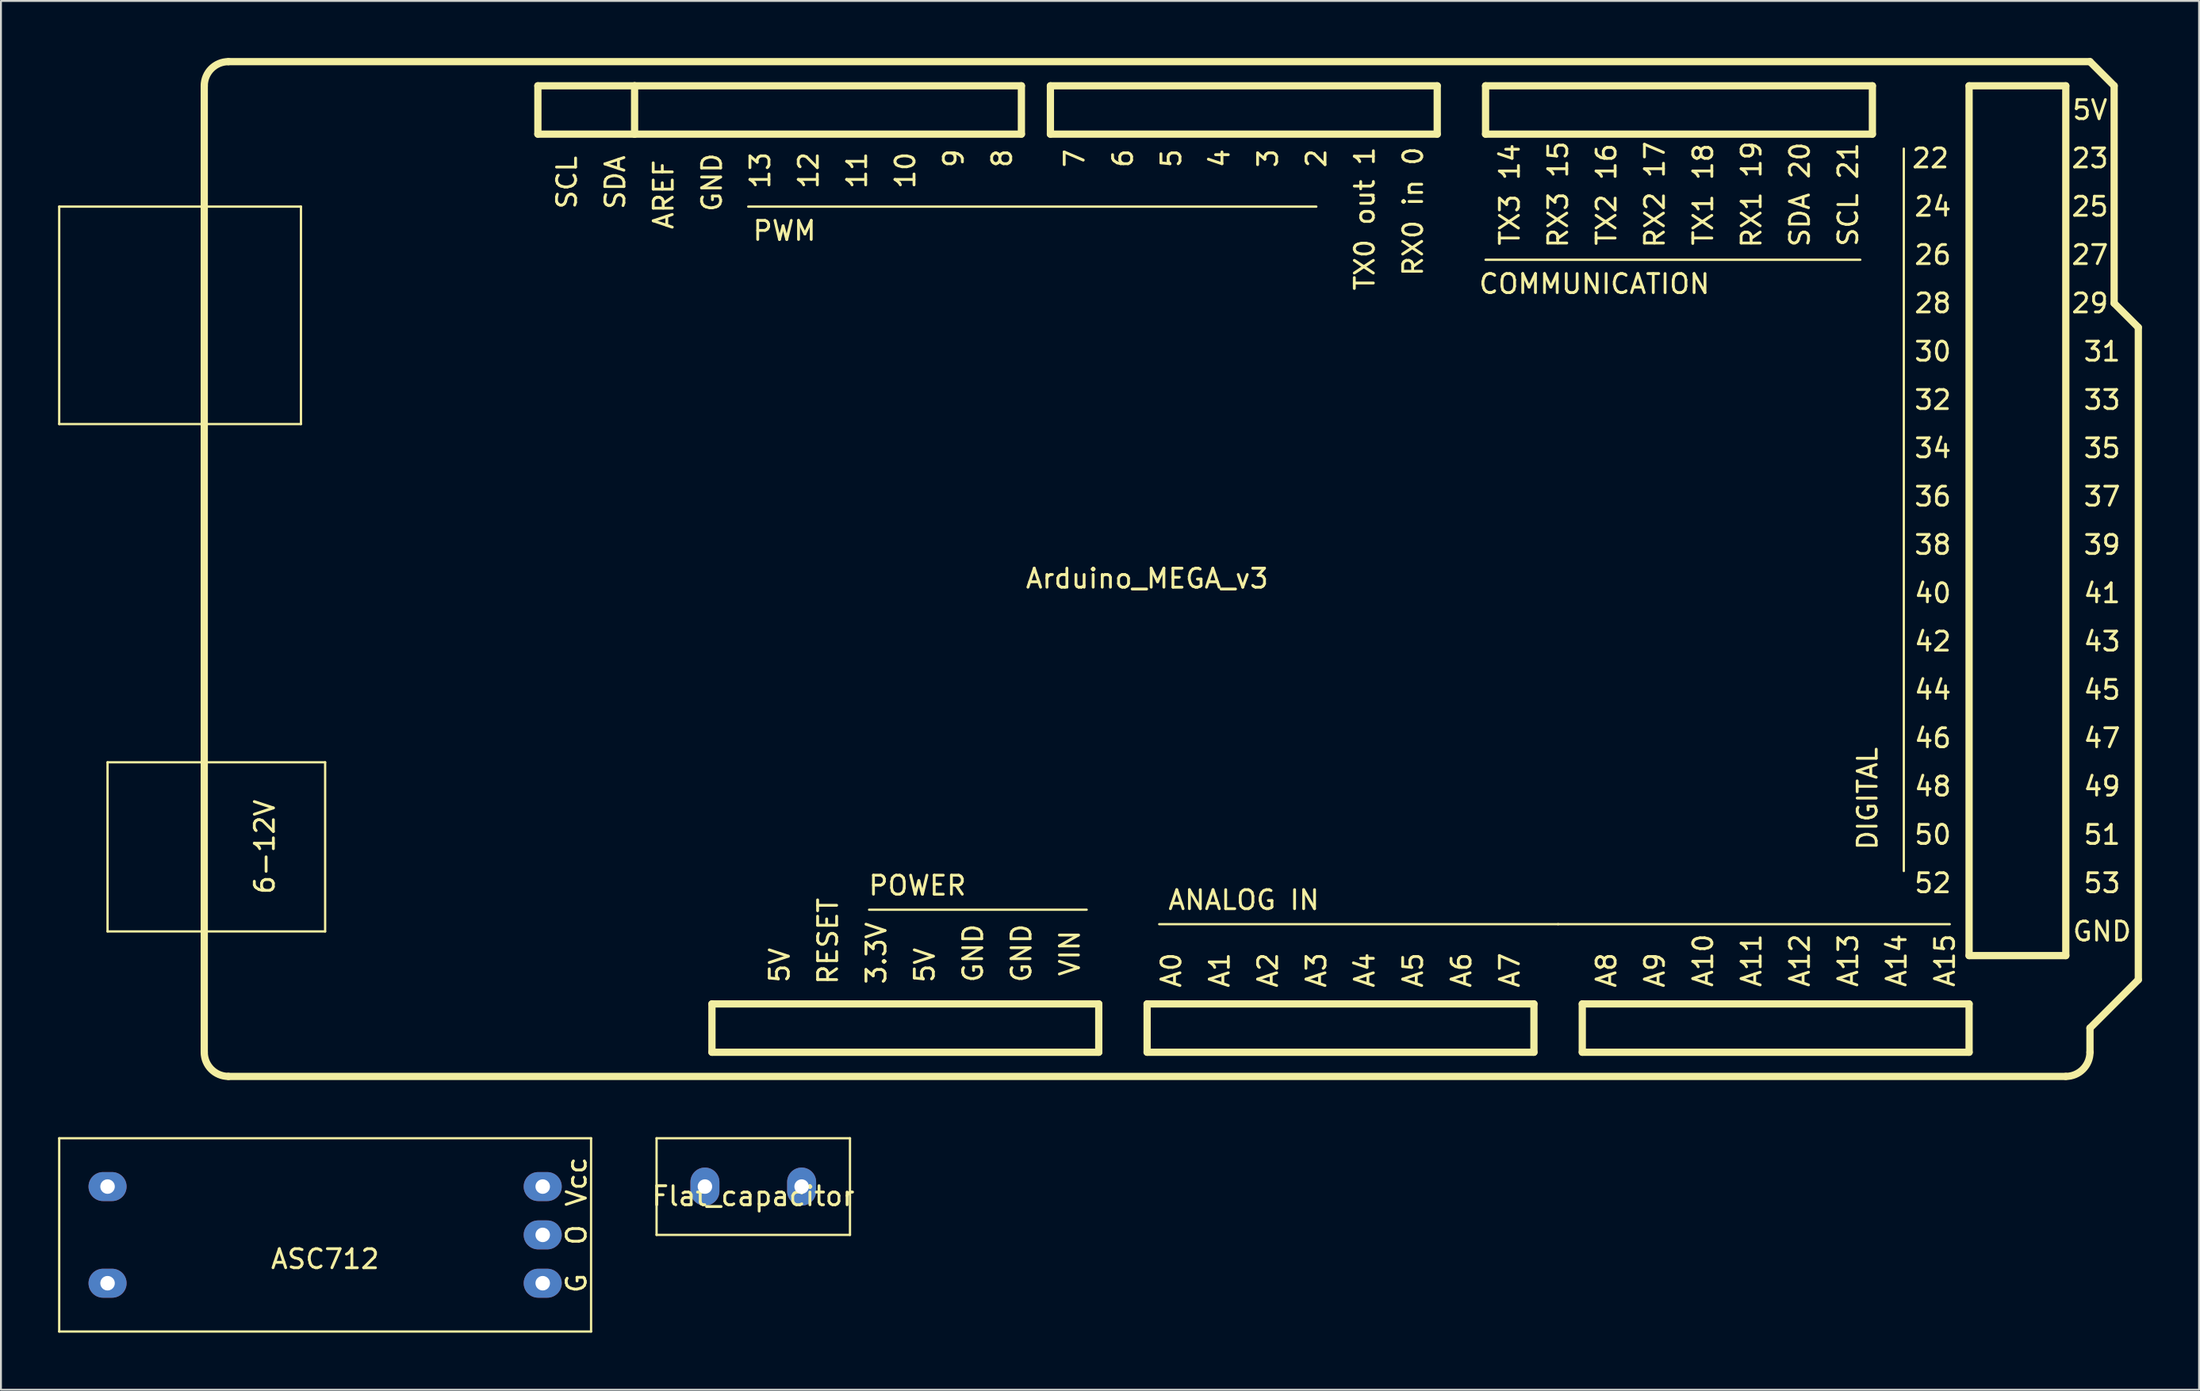
<source format=kicad_pcb>
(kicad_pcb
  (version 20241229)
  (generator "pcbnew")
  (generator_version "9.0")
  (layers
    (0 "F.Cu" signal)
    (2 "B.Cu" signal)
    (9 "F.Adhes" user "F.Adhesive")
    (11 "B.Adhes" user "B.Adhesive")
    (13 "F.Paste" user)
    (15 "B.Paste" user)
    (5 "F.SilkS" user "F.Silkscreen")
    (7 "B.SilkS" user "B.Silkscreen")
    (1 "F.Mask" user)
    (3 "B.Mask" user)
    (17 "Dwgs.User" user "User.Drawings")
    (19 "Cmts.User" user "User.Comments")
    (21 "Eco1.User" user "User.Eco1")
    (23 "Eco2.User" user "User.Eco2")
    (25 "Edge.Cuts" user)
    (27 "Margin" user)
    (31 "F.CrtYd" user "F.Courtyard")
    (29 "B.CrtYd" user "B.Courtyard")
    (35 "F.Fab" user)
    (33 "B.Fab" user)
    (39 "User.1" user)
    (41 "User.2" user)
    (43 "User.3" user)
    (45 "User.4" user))
  (footprint "Flat_capacitor"
    (layer "F.Cu")
    (at 36.521 59.321)
    (property "Reference" "Flat_capacitor" (at 0 0.5 0) (layer "F.SilkS") (effects (font (size 1 1) (thickness 0.15))))
    (attr through_hole)
    (fp_line (start -5.08 -2.54) (end -5.08 2.54) (stroke (width 0.12) (type solid)) (layer "F.SilkS"))
    (fp_line (start -5.08 2.54) (end 5.08 2.54) (stroke (width 0.12) (type solid)) (layer "F.SilkS"))
    (fp_line (start 5.08 -2.54) (end -5.08 -2.54) (stroke (width 0.12) (type solid)) (layer "F.SilkS"))
    (fp_line (start 5.08 2.54) (end 5.08 -2.54) (stroke (width 0.12) (type solid)) (layer "F.SilkS"))
    (pad "1" thru_hole oval (at -2.54 0) (size 1.524 2) (drill 0.762) (layers "*.Cu" "*.Mask"))
    (pad "2" thru_hole oval (at 2.54 0) (size 1.524 2) (drill 0.762) (layers "*.Cu" "*.Mask")))
  (footprint "ASC712"
    (layer "F.Cu")
    (at 14.03 61.861)
    (property "Reference" "ASC712" (at 0 1.27 0) (layer "F.SilkS") (effects (font (size 1 1) (thickness 0.15))))
    (attr through_hole)
    (fp_line (start -13.97 -5.08) (end -13.97 5.08) (stroke (width 0.12) (type solid)) (layer "F.SilkS"))
    (fp_line (start -13.97 5.08) (end 13.97 5.08) (stroke (width 0.12) (type solid)) (layer "F.SilkS"))
    (fp_line (start 13.97 -5.08) (end -13.97 -5.08) (stroke (width 0.12) (type solid)) (layer "F.SilkS"))
    (fp_line (start 13.97 5.08) (end 13.97 -5.08) (stroke (width 0.12) (type solid)) (layer "F.SilkS"))
    (fp_text user "G" (at 13.208 2.54 90) (layer "F.SilkS") (effects (font (size 1 1) (thickness 0.15))))
    (fp_text user "Vcc" (at 13.208 -2.794 90) (layer "F.SilkS") (effects (font (size 1 1) (thickness 0.15))))
    (fp_text user "O" (at 13.208 0 90) (layer "F.SilkS") (effects (font (size 1 1) (thickness 0.15))))
    (pad "1" thru_hole oval (at -11.43 2.54 90) (size 1.524 2) (drill 0.762) (layers "*.Cu" "*.Mask"))
    (pad "2" thru_hole oval (at -11.43 -2.54 90) (size 1.524 2) (drill 0.762) (layers "*.Cu" "*.Mask"))
    (pad "3" thru_hole oval (at 11.43 0 90) (size 1.524 2) (drill 0.762) (layers "*.Cu" "*.Mask"))
    (pad "4" thru_hole oval (at 11.43 -2.54 90) (size 1.524 2) (drill 0.762) (layers "*.Cu" "*.Mask"))
    (pad "5" thru_hole oval (at 11.43 2.54 90) (size 1.524 2) (drill 0.762) (layers "*.Cu" "*.Mask")))
  (footprint "Arduino_MEGA_v3"
    (layer "F.Cu")
    (at 57.21 26.86)
    (property "Reference" "Arduino_MEGA_v3" (at 0 0.5 0) (layer "F.SilkS") (effects (font (size 1 1) (thickness 0.15))))
    (attr through_hole)
    (fp_line (start -57.15 -19.05) (end -44.45 -19.05) (stroke (width 0.12) (type solid)) (layer "F.SilkS"))
    (fp_line (start -57.15 -7.62) (end -57.15 -19.05) (stroke (width 0.12) (type solid)) (layer "F.SilkS"))
    (fp_line (start -54.61 10.16) (end -43.18 10.16) (stroke (width 0.12) (type solid)) (layer "F.SilkS"))
    (fp_line (start -54.61 19.05) (end -54.61 10.16) (stroke (width 0.12) (type solid)) (layer "F.SilkS"))
    (fp_line (start -49.53 25.4) (end -49.53 -25.4) (stroke (width 0.381) (type solid)) (layer "F.SilkS"))
    (fp_line (start -48.26 -26.67) (end 49.53 -26.67) (stroke (width 0.381) (type solid)) (layer "F.SilkS"))
    (fp_line (start -48.26 26.67) (end 48.26 26.67) (stroke (width 0.381) (type solid)) (layer "F.SilkS"))
    (fp_line (start -44.45 -19.05) (end -44.45 -7.62) (stroke (width 0.12) (type solid)) (layer "F.SilkS"))
    (fp_line (start -44.45 -7.62) (end -57.15 -7.62) (stroke (width 0.12) (type solid)) (layer "F.SilkS"))
    (fp_line (start -43.18 10.16) (end -43.18 19.05) (stroke (width 0.12) (type solid)) (layer "F.SilkS"))
    (fp_line (start -43.18 19.05) (end -54.61 19.05) (stroke (width 0.12) (type solid)) (layer "F.SilkS"))
    (fp_line (start -32.004 -25.4) (end -32.004 -22.86) (stroke (width 0.381) (type solid)) (layer "F.SilkS"))
    (fp_line (start -32.004 -22.86) (end -26.924 -22.86) (stroke (width 0.381) (type solid)) (layer "F.SilkS"))
    (fp_line (start -26.924 -25.4) (end -32.004 -25.4) (stroke (width 0.381) (type solid)) (layer "F.SilkS"))
    (fp_line (start -26.924 -22.86) (end -26.924 -25.4) (stroke (width 0.381) (type solid)) (layer "F.SilkS"))
    (fp_line (start -22.86 25.4) (end -22.86 22.86) (stroke (width 0.381) (type solid)) (layer "F.SilkS"))
    (fp_line (start -22.86 25.4) (end -2.54 25.4) (stroke (width 0.381) (type solid)) (layer "F.SilkS"))
    (fp_line (start -14.605 17.907) (end -3.175 17.907) (stroke (width 0.12) (type solid)) (layer "F.SilkS"))
    (fp_line (start -6.604 -25.4) (end -26.924 -25.4) (stroke (width 0.381) (type solid)) (layer "F.SilkS"))
    (fp_line (start -6.604 -22.86) (end -26.924 -22.86) (stroke (width 0.381) (type solid)) (layer "F.SilkS"))
    (fp_line (start -6.604 -22.86) (end -6.604 -25.4) (stroke (width 0.381) (type solid)) (layer "F.SilkS"))
    (fp_line (start -5.08 -25.4) (end 15.24 -25.4) (stroke (width 0.381) (type solid)) (layer "F.SilkS"))
    (fp_line (start -5.08 -22.86) (end -5.08 -25.4) (stroke (width 0.381) (type solid)) (layer "F.SilkS"))
    (fp_line (start -2.54 22.86) (end -22.86 22.86) (stroke (width 0.381) (type solid)) (layer "F.SilkS"))
    (fp_line (start -2.54 22.86) (end -2.54 25.4) (stroke (width 0.381) (type solid)) (layer "F.SilkS"))
    (fp_line (start 0 22.86) (end 0 25.4) (stroke (width 0.381) (type solid)) (layer "F.SilkS"))
    (fp_line (start 0 25.4) (end 20.32 25.4) (stroke (width 0.381) (type solid)) (layer "F.SilkS"))
    (fp_line (start 0.635 18.669) (end 21.59 18.669) (stroke (width 0.12) (type solid)) (layer "F.SilkS"))
    (fp_line (start 8.89 -19.05) (end -20.955 -19.05) (stroke (width 0.12) (type solid)) (layer "F.SilkS"))
    (fp_line (start 15.24 -25.4) (end 15.24 -22.86) (stroke (width 0.381) (type solid)) (layer "F.SilkS"))
    (fp_line (start 15.24 -22.86) (end -5.08 -22.86) (stroke (width 0.381) (type solid)) (layer "F.SilkS"))
    (fp_line (start 17.78 -25.4) (end 17.78 -22.86) (stroke (width 0.381) (type solid)) (layer "F.SilkS"))
    (fp_line (start 17.78 -22.86) (end 38.1 -22.86) (stroke (width 0.381) (type solid)) (layer "F.SilkS"))
    (fp_line (start 17.78 -16.256) (end 37.465 -16.256) (stroke (width 0.12) (type solid)) (layer "F.SilkS"))
    (fp_line (start 20.32 22.86) (end 0 22.86) (stroke (width 0.381) (type solid)) (layer "F.SilkS"))
    (fp_line (start 20.32 25.4) (end 20.32 22.86) (stroke (width 0.381) (type solid)) (layer "F.SilkS"))
    (fp_line (start 21.59 18.669) (end 42.164 18.669) (stroke (width 0.12) (type solid)) (layer "F.SilkS"))
    (fp_line (start 22.86 22.86) (end 43.18 22.86) (stroke (width 0.381) (type solid)) (layer "F.SilkS"))
    (fp_line (start 22.86 25.4) (end 22.86 22.86) (stroke (width 0.381) (type solid)) (layer "F.SilkS"))
    (fp_line (start 38.1 -25.4) (end 17.78 -25.4) (stroke (width 0.381) (type solid)) (layer "F.SilkS"))
    (fp_line (start 38.1 -22.86) (end 38.1 -25.4) (stroke (width 0.381) (type solid)) (layer "F.SilkS"))
    (fp_line (start 39.751 15.875) (end 39.751 -22.098) (stroke (width 0.12) (type solid)) (layer "F.SilkS"))
    (fp_line (start 43.18 -25.4) (end 43.18 20.32) (stroke (width 0.381) (type solid)) (layer "F.SilkS"))
    (fp_line (start 43.18 20.32) (end 48.26 20.32) (stroke (width 0.381) (type solid)) (layer "F.SilkS"))
    (fp_line (start 43.18 22.86) (end 43.18 25.4) (stroke (width 0.381) (type solid)) (layer "F.SilkS"))
    (fp_line (start 43.18 25.4) (end 22.86 25.4) (stroke (width 0.381) (type solid)) (layer "F.SilkS"))
    (fp_line (start 48.26 -25.4) (end 43.18 -25.4) (stroke (width 0.381) (type solid)) (layer "F.SilkS"))
    (fp_line (start 48.26 20.32) (end 48.26 -25.4) (stroke (width 0.381) (type solid)) (layer "F.SilkS"))
    (fp_line (start 49.53 -26.67) (end 50.8 -25.4) (stroke (width 0.381) (type solid)) (layer "F.SilkS"))
    (fp_line (start 49.53 24.13) (end 49.53 25.4) (stroke (width 0.381) (type solid)) (layer "F.SilkS"))
    (fp_line (start 50.8 -25.4) (end 50.8 -13.97) (stroke (width 0.381) (type solid)) (layer "F.SilkS"))
    (fp_line (start 50.8 -13.97) (end 52.07 -12.7) (stroke (width 0.381) (type solid)) (layer "F.SilkS"))
    (fp_line (start 52.07 -12.7) (end 52.07 21.59) (stroke (width 0.381) (type solid)) (layer "F.SilkS"))
    (fp_line (start 52.07 21.59) (end 49.53 24.13) (stroke (width 0.381) (type solid)) (layer "F.SilkS"))
    (fp_arc (start -49.53 -25.4) (mid -49.158026 -26.298026) (end -48.26 -26.67) (stroke (width 0.381) (type solid)) (layer "F.SilkS"))
    (fp_arc (start -48.26 26.67) (mid -49.158026 26.298026) (end -49.53 25.4) (stroke (width 0.381) (type solid)) (layer "F.SilkS"))
    (fp_arc (start 49.53 25.4) (mid 49.158026 26.298026) (end 48.26 26.67) (stroke (width 0.381) (type solid)) (layer "F.SilkS"))
    (fp_text user "7" (at -3.81 -21.59 90) (layer "F.SilkS") (effects (font (size 1 1) (thickness 0.15))))
    (fp_text user "5" (at 1.27 -21.59 90) (layer "F.SilkS") (effects (font (size 1 1) (thickness 0.15))))
    (fp_text user "DIGITAL" (at 37.846 12.065 90) (layer "F.SilkS") (effects (font (size 1 1) (thickness 0.15))))
    (fp_text user "TX0 out 1" (at 11.43 -18.415 90) (layer "F.SilkS") (effects (font (size 1 1) (thickness 0.15))))
    (fp_text user "SCL" (at -30.48 -20.32 90) (layer "F.SilkS") (effects (font (size 1 1) (thickness 0.15))))
    (fp_text user "8" (at -7.62 -21.59 90) (layer "F.SilkS") (effects (font (size 1 1) (thickness 0.15))))
    (fp_text user "RX0 in 0" (at 13.97 -18.796 90) (layer "F.SilkS") (effects (font (size 1 1) (thickness 0.15))))
    (fp_text user "25" (at 49.53 -19.05 0) (layer "F.SilkS") (effects (font (size 1 1) (thickness 0.15))))
    (fp_text user "RX1 19" (at 31.75 -19.685 90) (layer "F.SilkS") (effects (font (size 1 1) (thickness 0.15))))
    (fp_text user "A11" (at 31.75 20.574 90) (layer "F.SilkS") (effects (font (size 1 1) (thickness 0.15))))
    (fp_text user "39" (at 50.165 -1.27 0) (layer "F.SilkS") (effects (font (size 1 1) (thickness 0.15))))
    (fp_text user "23" (at 49.53 -21.59 0) (layer "F.SilkS") (effects (font (size 1 1) (thickness 0.15))))
    (fp_text user "5V" (at -19.304 20.828 90) (layer "F.SilkS") (effects (font (size 1 1) (thickness 0.15))))
    (fp_text user "A6" (at 16.51 21.082 90) (layer "F.SilkS") (effects (font (size 1 1) (thickness 0.15))))
    (fp_text user "A5" (at 13.97 21.082 90) (layer "F.SilkS") (effects (font (size 1 1) (thickness 0.15))))
    (fp_text user "47" (at 50.165 8.89 0) (layer "F.SilkS") (effects (font (size 1 1) (thickness 0.15))))
    (fp_text user "45" (at 50.165 6.35 0) (layer "F.SilkS") (effects (font (size 1 1) (thickness 0.15))))
    (fp_text user "6-12V" (at -46.355 14.605 90) (layer "F.SilkS") (effects (font (size 1 1) (thickness 0.15))))
    (fp_text user "RX2 17" (at 26.67 -19.685 90) (layer "F.SilkS") (effects (font (size 1 1) (thickness 0.15))))
    (fp_text user "28" (at 41.275 -13.97 0) (layer "F.SilkS") (effects (font (size 1 1) (thickness 0.15))))
    (fp_text user "53" (at 50.165 16.51 0) (layer "F.SilkS") (effects (font (size 1 1) (thickness 0.15))))
    (fp_text user "SDA" (at -27.94 -20.32 90) (layer "F.SilkS") (effects (font (size 1 1) (thickness 0.15))))
    (fp_text user "37" (at 50.165 -3.81 0) (layer "F.SilkS") (effects (font (size 1 1) (thickness 0.15))))
    (fp_text user "GND" (at -22.86 -20.32 90) (layer "F.SilkS") (effects (font (size 1 1) (thickness 0.15))))
    (fp_text user "RESET" (at -16.764 19.558 90) (layer "F.SilkS") (effects (font (size 1 1) (thickness 0.15))))
    (fp_text user "5V" (at -11.684 20.828 90) (layer "F.SilkS") (effects (font (size 1 1) (thickness 0.15))))
    (fp_text user "22" (at 41.148 -21.59 0) (layer "F.SilkS") (effects (font (size 1 1) (thickness 0.15))))
    (fp_text user "A2" (at 6.35 21.082 90) (layer "F.SilkS") (effects (font (size 1 1) (thickness 0.15))))
    (fp_text user "ANALOG IN" (at 5.08 17.399 0) (layer "F.SilkS") (effects (font (size 1 1) (thickness 0.15))))
    (fp_text user "30" (at 41.275 -11.43 0) (layer "F.SilkS") (effects (font (size 1 1) (thickness 0.15))))
    (fp_text user "VIN" (at -4.064 20.193 90) (layer "F.SilkS") (effects (font (size 1 1) (thickness 0.15))))
    (fp_text user "3" (at 6.35 -21.59 90) (layer "F.SilkS") (effects (font (size 1 1) (thickness 0.15))))
    (fp_text user "SCL 21" (at 36.83 -19.685 90) (layer "F.SilkS") (effects (font (size 1 1) (thickness 0.15))))
    (fp_text user "PWM" (at -19.05 -17.78 0) (layer "F.SilkS") (effects (font (size 1 1) (thickness 0.15))))
    (fp_text user "52" (at 41.275 16.51 0) (layer "F.SilkS") (effects (font (size 1 1) (thickness 0.15))))
    (fp_text user "41" (at 50.165 1.27 0) (layer "F.SilkS") (effects (font (size 1 1) (thickness 0.15))))
    (fp_text user "SDA 20" (at 34.29 -19.685 90) (layer "F.SilkS") (effects (font (size 1 1) (thickness 0.15))))
    (fp_text user "44" (at 41.275 6.35 0) (layer "F.SilkS") (effects (font (size 1 1) (thickness 0.15))))
    (fp_text user "POWER" (at -12.065 16.637 0) (layer "F.SilkS") (effects (font (size 1 1) (thickness 0.15))))
    (fp_text user "13" (at -20.32 -20.955 90) (layer "F.SilkS") (effects (font (size 1 1) (thickness 0.15))))
    (fp_text user "10" (at -12.7 -20.955 90) (layer "F.SilkS") (effects (font (size 1 1) (thickness 0.15))))
    (fp_text user "A15" (at 41.91 20.574 90) (layer "F.SilkS") (effects (font (size 1 1) (thickness 0.15))))
    (fp_text user "A1" (at 3.81 21.082 90) (layer "F.SilkS") (effects (font (size 1 1) (thickness 0.15))))
    (fp_text user "12" (at -17.78 -20.955 90) (layer "F.SilkS") (effects (font (size 1 1) (thickness 0.15))))
    (fp_text user "A3" (at 8.89 21.082 90) (layer "F.SilkS") (effects (font (size 1 1) (thickness 0.15))))
    (fp_text user "3.3V" (at -14.224 20.193 90) (layer "F.SilkS") (effects (font (size 1 1) (thickness 0.15))))
    (fp_text user "2" (at 8.89 -21.59 90) (layer "F.SilkS") (effects (font (size 1 1) (thickness 0.15))))
    (fp_text user "11" (at -15.24 -20.955 90) (layer "F.SilkS") (effects (font (size 1 1) (thickness 0.15))))
    (fp_text user "A9" (at 26.67 21.082 90) (layer "F.SilkS") (effects (font (size 1 1) (thickness 0.15))))
    (fp_text user "COMMUNICATION" (at 23.495 -14.986 0) (layer "F.SilkS") (effects (font (size 1 1) (thickness 0.15))))
    (fp_text user "38" (at 41.275 -1.27 0) (layer "F.SilkS") (effects (font (size 1 1) (thickness 0.15))))
    (fp_text user "A0" (at 1.27 21.082 90) (layer "F.SilkS") (effects (font (size 1 1) (thickness 0.15))))
    (fp_text user "27" (at 49.53 -16.51 0) (layer "F.SilkS") (effects (font (size 1 1) (thickness 0.15))))
    (fp_text user "A4" (at 11.43 21.082 90) (layer "F.SilkS") (effects (font (size 1 1) (thickness 0.15))))
    (fp_text user "A12" (at 34.29 20.574 90) (layer "F.SilkS") (effects (font (size 1 1) (thickness 0.15))))
    (fp_text user "A7" (at 19.05 21.082 90) (layer "F.SilkS") (effects (font (size 1 1) (thickness 0.15))))
    (fp_text user "35" (at 50.165 -6.35 0) (layer "F.SilkS") (effects (font (size 1 1) (thickness 0.15))))
    (fp_text user "42" (at 41.275 3.81 0) (layer "F.SilkS") (effects (font (size 1 1) (thickness 0.15))))
    (fp_text user "49" (at 50.165 11.43 0) (layer "F.SilkS") (effects (font (size 1 1) (thickness 0.15))))
    (fp_text user "4" (at 3.81 -21.59 90) (layer "F.SilkS") (effects (font (size 1 1) (thickness 0.15))))
    (fp_text user "50" (at 41.275 13.97 0) (layer "F.SilkS") (effects (font (size 1 1) (thickness 0.15))))
    (fp_text user "GND" (at -9.144 20.193 90) (layer "F.SilkS") (effects (font (size 1 1) (thickness 0.15))))
    (fp_text user "A10" (at 29.21 20.574 90) (layer "F.SilkS") (effects (font (size 1 1) (thickness 0.15))))
    (fp_text user "GND" (at -6.604 20.193 90) (layer "F.SilkS") (effects (font (size 1 1) (thickness 0.15))))
    (fp_text user "TX3 14" (at 19.05 -19.685 90) (layer "F.SilkS") (effects (font (size 1 1) (thickness 0.15))))
    (fp_text user "26" (at 41.275 -16.51 0) (layer "F.SilkS") (effects (font (size 1 1) (thickness 0.15))))
    (fp_text user "43" (at 50.165 3.81 0) (layer "F.SilkS") (effects (font (size 1 1) (thickness 0.15))))
    (fp_text user "33" (at 50.165 -8.89 0) (layer "F.SilkS") (effects (font (size 1 1) (thickness 0.15))))
    (fp_text user "48" (at 41.275 11.43 0) (layer "F.SilkS") (effects (font (size 1 1) (thickness 0.15))))
    (fp_text user "51" (at 50.165 13.97 0) (layer "F.SilkS") (effects (font (size 1 1) (thickness 0.15))))
    (fp_text user "A13" (at 36.83 20.574 90) (layer "F.SilkS") (effects (font (size 1 1) (thickness 0.15))))
    (fp_text user "AREF" (at -25.4 -19.685 90) (layer "F.SilkS") (effects (font (size 1 1) (thickness 0.15))))
    (fp_text user "34" (at 41.275 -6.35 0) (layer "F.SilkS") (effects (font (size 1 1) (thickness 0.15))))
    (fp_text user "A8" (at 24.13 21.082 90) (layer "F.SilkS") (effects (font (size 1 1) (thickness 0.15))))
    (fp_text user "6" (at -1.27 -21.59 90) (layer "F.SilkS") (effects (font (size 1 1) (thickness 0.15))))
    (fp_text user "29" (at 49.53 -13.97 0) (layer "F.SilkS") (effects (font (size 1 1) (thickness 0.15))))
    (fp_text user "24" (at 41.275 -19.05 0) (layer "F.SilkS") (effects (font (size 1 1) (thickness 0.15))))
    (fp_text user "31" (at 50.165 -11.43 0) (layer "F.SilkS") (effects (font (size 1 1) (thickness 0.15))))
    (fp_text user "A14" (at 39.37 20.574 90) (layer "F.SilkS") (effects (font (size 1 1) (thickness 0.15))))
    (fp_text user "TX1 18" (at 29.21 -19.685 90) (layer "F.SilkS") (effects (font (size 1 1) (thickness 0.15))))
    (fp_text user "TX2 16" (at 24.13 -19.685 90) (layer "F.SilkS") (effects (font (size 1 1) (thickness 0.15))))
    (fp_text user "36" (at 41.275 -3.81 0) (layer "F.SilkS") (effects (font (size 1 1) (thickness 0.15))))
    (fp_text user "RX3 15" (at 21.59 -19.685 90) (layer "F.SilkS") (effects (font (size 1 1) (thickness 0.15))))
    (fp_text user "GND" (at 50.165 19.05 0) (layer "F.SilkS") (effects (font (size 1 1) (thickness 0.15))))
    (fp_text user "40" (at 41.275 1.27 0) (layer "F.SilkS") (effects (font (size 1 1) (thickness 0.15))))
    (fp_text user "9" (at -10.16 -21.59 90) (layer "F.SilkS") (effects (font (size 1 1) (thickness 0.15))))
    (fp_text user "46" (at 41.275 8.89 0) (layer "F.SilkS") (effects (font (size 1 1) (thickness 0.15))))
    (fp_text user "32" (at 41.275 -8.89 0) (layer "F.SilkS") (effects (font (size 1 1) (thickness 0.15))))
    (fp_text user "5V" (at 49.53 -24.13 0) (layer "F.SilkS") (effects (font (size 1 1) (thickness 0.15)))))
  (gr_rect
    (start -3 -3)
    (end 112.471 70.001)
    (stroke (width 0.1) (type default))
    (fill no)
    (layer "Edge.Cuts")))
</source>
